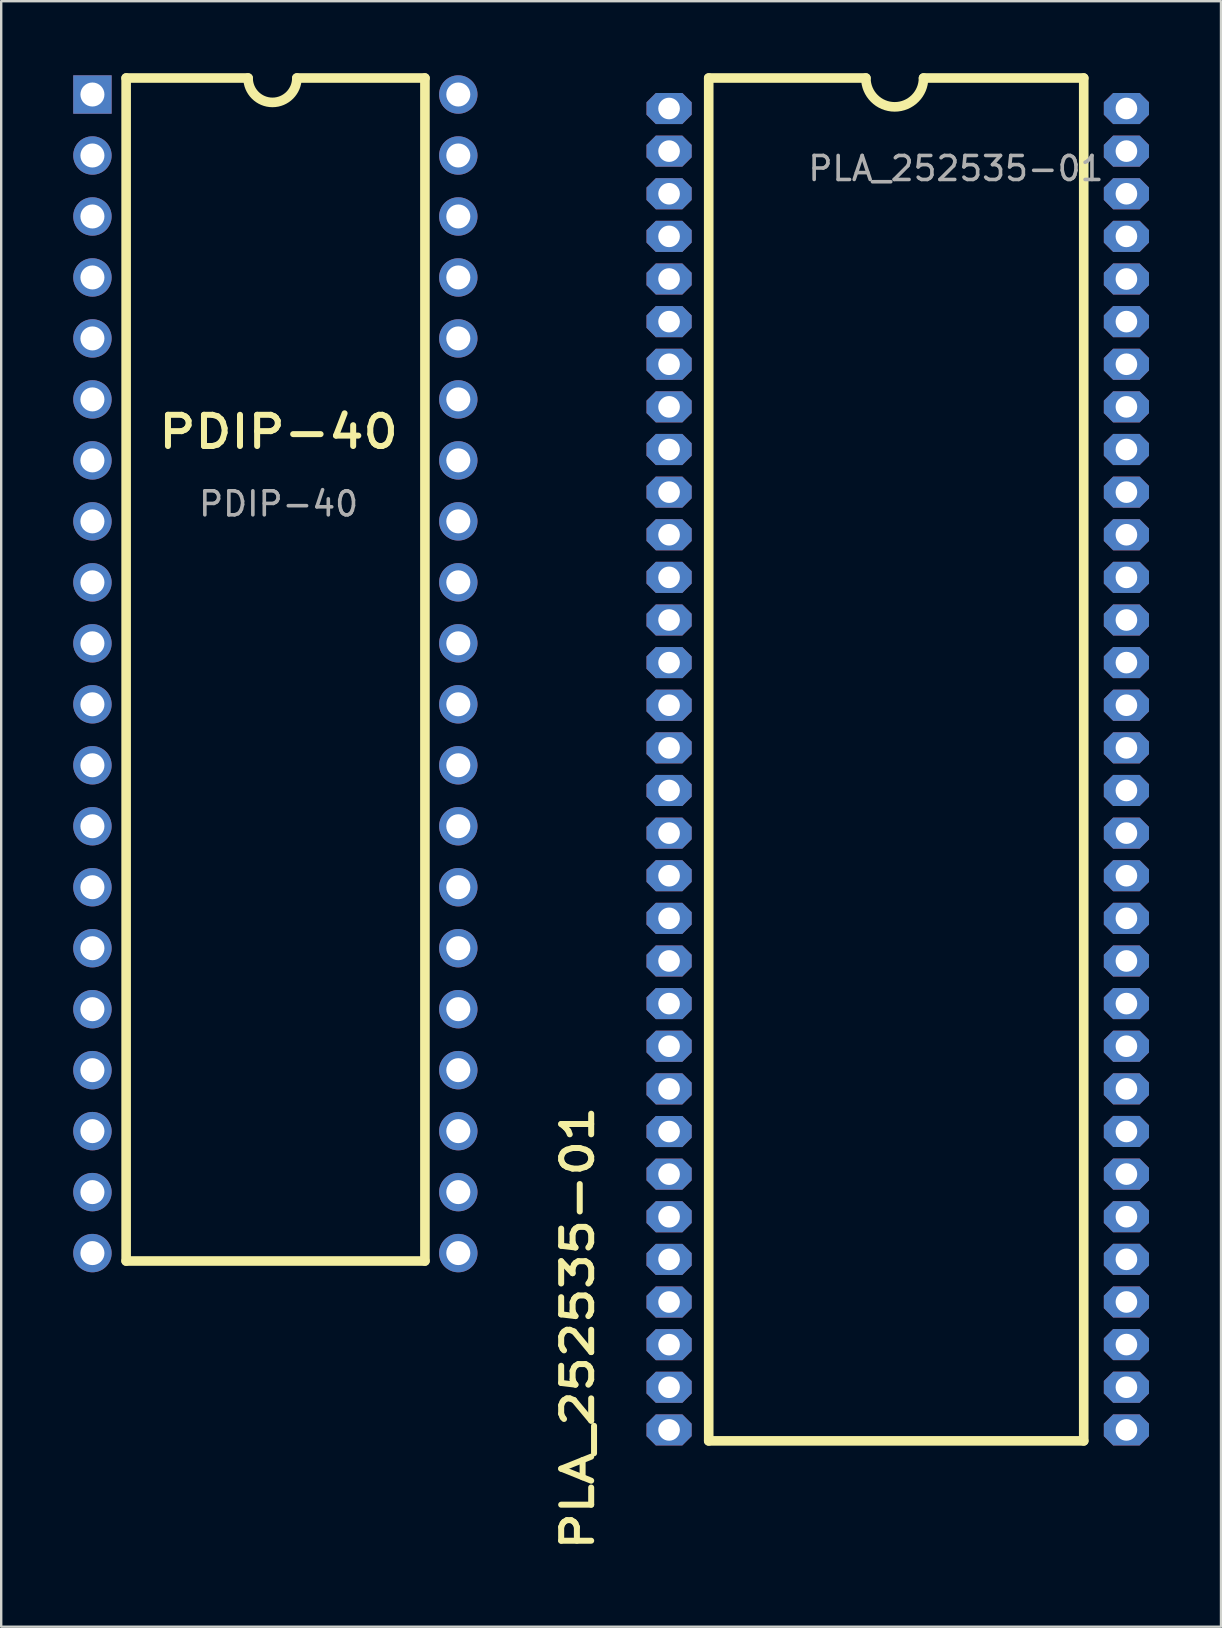
<source format=kicad_pcb>
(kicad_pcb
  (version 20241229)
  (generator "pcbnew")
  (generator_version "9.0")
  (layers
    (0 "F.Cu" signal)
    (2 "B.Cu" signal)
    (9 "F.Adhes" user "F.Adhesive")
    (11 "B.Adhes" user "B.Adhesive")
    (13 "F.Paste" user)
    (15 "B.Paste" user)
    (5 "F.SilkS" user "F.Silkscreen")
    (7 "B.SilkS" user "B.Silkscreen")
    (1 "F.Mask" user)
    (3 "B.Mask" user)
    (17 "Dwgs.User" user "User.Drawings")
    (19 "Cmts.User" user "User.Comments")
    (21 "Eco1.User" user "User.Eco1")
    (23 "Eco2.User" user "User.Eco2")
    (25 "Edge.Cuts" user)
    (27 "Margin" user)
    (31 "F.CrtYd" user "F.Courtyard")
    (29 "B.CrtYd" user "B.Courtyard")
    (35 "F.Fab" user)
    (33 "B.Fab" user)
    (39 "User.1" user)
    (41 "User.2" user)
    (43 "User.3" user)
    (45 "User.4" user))
  (footprint "PLA_252535-01"
    (layer "F.Cu")
    (at 24.82 1.47)
    (property "Reference" "PLA_252535-01" (at -3.81 50.8 90) (unlocked yes) (layer "F.SilkS") (effects (font (size 1.25 1.5) (thickness 0.25) (bold yes))))
    (attr smd)
    (fp_line (start 1.651 -1.27) (end 1.651 55.499) (stroke (width 0.4) (type default)) (layer "F.SilkS"))
    (fp_line (start 1.651 55.499) (end 17.272 55.499) (stroke (width 0.4) (type default)) (layer "F.SilkS"))
    (fp_line (start 8.197 -1.27) (end 1.651 -1.27) (stroke (width 0.4) (type default)) (layer "F.SilkS"))
    (fp_line (start 17.272 -1.27) (end 10.599 -1.27) (stroke (width 0.4) (type default)) (layer "F.SilkS"))
    (fp_line (start 17.272 55.499) (end 17.272 -1.27) (stroke (width 0.4) (type default)) (layer "F.SilkS"))
    (fp_arc (start 10.599064 -1.27) (mid 9.398 -0.068936) (end 8.196936 -1.27) (stroke (width 0.4) (type default)) (layer "F.SilkS"))
    (fp_text user "${REFERENCE}" (at 11.948 2.5 0) (unlocked yes) (layer "F.Fab") (effects (font (size 1 1) (thickness 0.15))))
    (pad "1" thru_hole roundrect (at 0 0) (size 1.88 1.295) (drill 0.9) (layers "*.Cu" "*.Mask") (roundrect_rratio 0) (chamfer_ratio 0.3) (chamfer top_left top_right bottom_left bottom_right))
    (pad "2" thru_hole roundrect (at 0 1.775) (size 1.88 1.295) (drill 0.9) (layers "*.Cu" "*.Mask") (roundrect_rratio 0) (chamfer_ratio 0.3) (chamfer top_left top_right bottom_left bottom_right))
    (pad "3" thru_hole roundrect (at 0 3.551) (size 1.88 1.295) (drill 0.9) (layers "*.Cu" "*.Mask") (roundrect_rratio 0) (chamfer_ratio 0.3) (chamfer top_left top_right bottom_left bottom_right))
    (pad "4" thru_hole roundrect (at 0 5.326) (size 1.88 1.295) (drill 0.9) (layers "*.Cu" "*.Mask") (roundrect_rratio 0) (chamfer_ratio 0.3) (chamfer top_left top_right bottom_left bottom_right))
    (pad "5" thru_hole roundrect (at 0 7.102) (size 1.88 1.295) (drill 0.9) (layers "*.Cu" "*.Mask") (roundrect_rratio 0) (chamfer_ratio 0.3) (chamfer top_left top_right bottom_left bottom_right))
    (pad "6" thru_hole roundrect (at 0 8.877) (size 1.88 1.295) (drill 0.9) (layers "*.Cu" "*.Mask") (roundrect_rratio 0) (chamfer_ratio 0.3) (chamfer top_left top_right bottom_left bottom_right))
    (pad "7" thru_hole roundrect (at 0 10.653) (size 1.88 1.295) (drill 0.9) (layers "*.Cu" "*.Mask") (roundrect_rratio 0) (chamfer_ratio 0.3) (chamfer top_left top_right bottom_left bottom_right))
    (pad "8" thru_hole roundrect (at 0 12.428) (size 1.88 1.295) (drill 0.9) (layers "*.Cu" "*.Mask") (roundrect_rratio 0) (chamfer_ratio 0.3) (chamfer top_left top_right bottom_left bottom_right))
    (pad "9" thru_hole roundrect (at 0 14.204) (size 1.88 1.295) (drill 0.9) (layers "*.Cu" "*.Mask") (roundrect_rratio 0) (chamfer_ratio 0.3) (chamfer top_left top_right bottom_left bottom_right))
    (pad "10" thru_hole roundrect (at 0 15.979) (size 1.88 1.295) (drill 0.9) (layers "*.Cu" "*.Mask") (roundrect_rratio 0) (chamfer_ratio 0.3) (chamfer top_left top_right bottom_left bottom_right))
    (pad "11" thru_hole roundrect (at 0 17.755) (size 1.88 1.295) (drill 0.9) (layers "*.Cu" "*.Mask") (roundrect_rratio 0) (chamfer_ratio 0.3) (chamfer top_left top_right bottom_left bottom_right))
    (pad "12" thru_hole roundrect (at 0 19.53) (size 1.88 1.295) (drill 0.9) (layers "*.Cu" "*.Mask") (roundrect_rratio 0) (chamfer_ratio 0.3) (chamfer top_left top_right bottom_left bottom_right))
    (pad "13" thru_hole roundrect (at 0 21.306) (size 1.88 1.295) (drill 0.9) (layers "*.Cu" "*.Mask") (roundrect_rratio 0) (chamfer_ratio 0.3) (chamfer top_left top_right bottom_left bottom_right))
    (pad "14" thru_hole roundrect (at 0 23.081) (size 1.88 1.295) (drill 0.9) (layers "*.Cu" "*.Mask") (roundrect_rratio 0) (chamfer_ratio 0.3) (chamfer top_left top_right bottom_left bottom_right))
    (pad "15" thru_hole roundrect (at 0 24.856) (size 1.88 1.295) (drill 0.9) (layers "*.Cu" "*.Mask") (roundrect_rratio 0) (chamfer_ratio 0.3) (chamfer top_left top_right bottom_left bottom_right))
    (pad "16" thru_hole roundrect (at 0 26.632) (size 1.88 1.295) (drill 0.9) (layers "*.Cu" "*.Mask") (roundrect_rratio 0) (chamfer_ratio 0.3) (chamfer top_left top_right bottom_left bottom_right))
    (pad "17" thru_hole roundrect (at 0 28.407) (size 1.88 1.295) (drill 0.9) (layers "*.Cu" "*.Mask") (roundrect_rratio 0) (chamfer_ratio 0.3) (chamfer top_left top_right bottom_left bottom_right))
    (pad "18" thru_hole roundrect (at 0 30.183) (size 1.88 1.295) (drill 0.9) (layers "*.Cu" "*.Mask") (roundrect_rratio 0) (chamfer_ratio 0.3) (chamfer top_left top_right bottom_left bottom_right))
    (pad "19" thru_hole roundrect (at 0 31.958) (size 1.88 1.295) (drill 0.9) (layers "*.Cu" "*.Mask") (roundrect_rratio 0) (chamfer_ratio 0.3) (chamfer top_left top_right bottom_left bottom_right))
    (pad "20" thru_hole roundrect (at 0 33.734) (size 1.88 1.295) (drill 0.9) (layers "*.Cu" "*.Mask") (roundrect_rratio 0) (chamfer_ratio 0.3) (chamfer top_left top_right bottom_left bottom_right))
    (pad "21" thru_hole roundrect (at 0 35.509) (size 1.88 1.295) (drill 0.9) (layers "*.Cu" "*.Mask") (roundrect_rratio 0) (chamfer_ratio 0.3) (chamfer top_left top_right bottom_left bottom_right))
    (pad "22" thru_hole roundrect (at 0 37.285) (size 1.88 1.295) (drill 0.9) (layers "*.Cu" "*.Mask") (roundrect_rratio 0) (chamfer_ratio 0.3) (chamfer top_left top_right bottom_left bottom_right))
    (pad "23" thru_hole roundrect (at 0 39.06) (size 1.88 1.295) (drill 0.9) (layers "*.Cu" "*.Mask") (roundrect_rratio 0) (chamfer_ratio 0.3) (chamfer top_left top_right bottom_left bottom_right))
    (pad "24" thru_hole roundrect (at 0 40.837) (size 1.88 1.295) (drill 0.9) (layers "*.Cu" "*.Mask") (roundrect_rratio 0) (chamfer_ratio 0.3) (chamfer top_left top_right bottom_left bottom_right))
    (pad "25" thru_hole roundrect (at 0 42.613) (size 1.88 1.295) (drill 0.9) (layers "*.Cu" "*.Mask") (roundrect_rratio 0) (chamfer_ratio 0.3) (chamfer top_left top_right bottom_left bottom_right))
    (pad "26" thru_hole roundrect (at 0 44.388) (size 1.88 1.295) (drill 0.9) (layers "*.Cu" "*.Mask") (roundrect_rratio 0) (chamfer_ratio 0.3) (chamfer top_left top_right bottom_left bottom_right))
    (pad "27" thru_hole roundrect (at 0 46.164) (size 1.88 1.295) (drill 0.9) (layers "*.Cu" "*.Mask") (roundrect_rratio 0) (chamfer_ratio 0.3) (chamfer top_left top_right bottom_left bottom_right))
    (pad "28" thru_hole roundrect (at 0 47.939) (size 1.88 1.295) (drill 0.9) (layers "*.Cu" "*.Mask") (roundrect_rratio 0) (chamfer_ratio 0.3) (chamfer top_left top_right bottom_left bottom_right))
    (pad "29" thru_hole roundrect (at 0 49.715) (size 1.88 1.295) (drill 0.9) (layers "*.Cu" "*.Mask") (roundrect_rratio 0) (chamfer_ratio 0.3) (chamfer top_left top_right bottom_left bottom_right))
    (pad "30" thru_hole roundrect (at 0 51.491) (size 1.88 1.295) (drill 0.9) (layers "*.Cu" "*.Mask") (roundrect_rratio 0) (chamfer_ratio 0.3) (chamfer top_left top_right bottom_left bottom_right))
    (pad "31" thru_hole roundrect (at 0 53.266) (size 1.88 1.295) (drill 0.9) (layers "*.Cu" "*.Mask") (roundrect_rratio 0) (chamfer_ratio 0.3) (chamfer top_left top_right bottom_left bottom_right))
    (pad "32" thru_hole roundrect (at 0 55.042) (size 1.88 1.295) (drill 0.9) (layers "*.Cu" "*.Mask") (roundrect_rratio 0) (chamfer_ratio 0.3) (chamfer top_left top_right bottom_left bottom_right))
    (pad "33" thru_hole roundrect (at 19.05 55.042) (size 1.88 1.295) (drill 0.9) (layers "*.Cu" "*.Mask") (roundrect_rratio 0) (chamfer_ratio 0.3) (chamfer top_left top_right bottom_left bottom_right))
    (pad "34" thru_hole roundrect (at 19.05 53.264) (size 1.88 1.295) (drill 0.9) (layers "*.Cu" "*.Mask") (roundrect_rratio 0) (chamfer_ratio 0.3) (chamfer top_left top_right bottom_left bottom_right))
    (pad "35" thru_hole roundrect (at 19.05 51.488) (size 1.88 1.295) (drill 0.9) (layers "*.Cu" "*.Mask") (roundrect_rratio 0) (chamfer_ratio 0.3) (chamfer top_left top_right bottom_left bottom_right))
    (pad "36" thru_hole roundrect (at 19.05 49.713) (size 1.88 1.295) (drill 0.9) (layers "*.Cu" "*.Mask") (roundrect_rratio 0) (chamfer_ratio 0.3) (chamfer top_left top_right bottom_left bottom_right))
    (pad "37" thru_hole roundrect (at 19.05 47.937) (size 1.88 1.295) (drill 0.9) (layers "*.Cu" "*.Mask") (roundrect_rratio 0) (chamfer_ratio 0.3) (chamfer top_left top_right bottom_left bottom_right))
    (pad "38" thru_hole roundrect (at 19.05 46.162) (size 1.88 1.295) (drill 0.9) (layers "*.Cu" "*.Mask") (roundrect_rratio 0) (chamfer_ratio 0.3) (chamfer top_left top_right bottom_left bottom_right))
    (pad "39" thru_hole roundrect (at 19.05 44.386) (size 1.88 1.295) (drill 0.9) (layers "*.Cu" "*.Mask") (roundrect_rratio 0) (chamfer_ratio 0.3) (chamfer top_left top_right bottom_left bottom_right))
    (pad "40" thru_hole roundrect (at 19.05 42.611) (size 1.88 1.295) (drill 0.9) (layers "*.Cu" "*.Mask") (roundrect_rratio 0) (chamfer_ratio 0.3) (chamfer top_left top_right bottom_left bottom_right))
    (pad "41" thru_hole roundrect (at 19.05 40.836) (size 1.88 1.295) (drill 0.9) (layers "*.Cu" "*.Mask") (roundrect_rratio 0) (chamfer_ratio 0.3) (chamfer top_left top_right bottom_left bottom_right))
    (pad "42" thru_hole roundrect (at 19.05 39.06) (size 1.88 1.295) (drill 0.9) (layers "*.Cu" "*.Mask") (roundrect_rratio 0) (chamfer_ratio 0.3) (chamfer top_left top_right bottom_left bottom_right))
    (pad "43" thru_hole roundrect (at 19.05 37.285) (size 1.88 1.295) (drill 0.9) (layers "*.Cu" "*.Mask") (roundrect_rratio 0) (chamfer_ratio 0.3) (chamfer top_left top_right bottom_left bottom_right))
    (pad "44" thru_hole roundrect (at 19.05 35.509) (size 1.88 1.295) (drill 0.9) (layers "*.Cu" "*.Mask") (roundrect_rratio 0) (chamfer_ratio 0.3) (chamfer top_left top_right bottom_left bottom_right))
    (pad "45" thru_hole roundrect (at 19.05 33.734) (size 1.88 1.295) (drill 0.9) (layers "*.Cu" "*.Mask") (roundrect_rratio 0) (chamfer_ratio 0.3) (chamfer top_left top_right bottom_left bottom_right))
    (pad "46" thru_hole roundrect (at 19.05 31.958) (size 1.88 1.295) (drill 0.9) (layers "*.Cu" "*.Mask") (roundrect_rratio 0) (chamfer_ratio 0.3) (chamfer top_left top_right bottom_left bottom_right))
    (pad "47" thru_hole roundrect (at 19.05 30.183) (size 1.88 1.295) (drill 0.9) (layers "*.Cu" "*.Mask") (roundrect_rratio 0) (chamfer_ratio 0.3) (chamfer top_left top_right bottom_left bottom_right))
    (pad "48" thru_hole roundrect (at 19.05 28.407) (size 1.88 1.295) (drill 0.9) (layers "*.Cu" "*.Mask") (roundrect_rratio 0) (chamfer_ratio 0.3) (chamfer top_left top_right bottom_left bottom_right))
    (pad "49" thru_hole roundrect (at 19.05 26.632) (size 1.88 1.295) (drill 0.9) (layers "*.Cu" "*.Mask") (roundrect_rratio 0) (chamfer_ratio 0.3) (chamfer top_left top_right bottom_left bottom_right))
    (pad "50" thru_hole roundrect (at 19.05 24.856) (size 1.88 1.295) (drill 0.9) (layers "*.Cu" "*.Mask") (roundrect_rratio 0) (chamfer_ratio 0.3) (chamfer top_left top_right bottom_left bottom_right))
    (pad "51" thru_hole roundrect (at 19.05 23.081) (size 1.88 1.295) (drill 0.9) (layers "*.Cu" "*.Mask") (roundrect_rratio 0) (chamfer_ratio 0.3) (chamfer top_left top_right bottom_left bottom_right))
    (pad "52" thru_hole roundrect (at 19.05 21.306) (size 1.88 1.295) (drill 0.9) (layers "*.Cu" "*.Mask") (roundrect_rratio 0) (chamfer_ratio 0.3) (chamfer top_left top_right bottom_left bottom_right))
    (pad "53" thru_hole roundrect (at 19.05 19.53) (size 1.88 1.295) (drill 0.9) (layers "*.Cu" "*.Mask") (roundrect_rratio 0) (chamfer_ratio 0.3) (chamfer top_left top_right bottom_left bottom_right))
    (pad "54" thru_hole roundrect (at 19.05 17.755) (size 1.88 1.295) (drill 0.9) (layers "*.Cu" "*.Mask") (roundrect_rratio 0) (chamfer_ratio 0.3) (chamfer top_left top_right bottom_left bottom_right))
    (pad "55" thru_hole roundrect (at 19.05 15.979) (size 1.88 1.295) (drill 0.9) (layers "*.Cu" "*.Mask") (roundrect_rratio 0) (chamfer_ratio 0.3) (chamfer top_left top_right bottom_left bottom_right))
    (pad "56" thru_hole roundrect (at 19.05 14.204) (size 1.88 1.295) (drill 0.9) (layers "*.Cu" "*.Mask") (roundrect_rratio 0) (chamfer_ratio 0.3) (chamfer top_left top_right bottom_left bottom_right))
    (pad "57" thru_hole roundrect (at 19.05 12.428) (size 1.88 1.295) (drill 0.9) (layers "*.Cu" "*.Mask") (roundrect_rratio 0) (chamfer_ratio 0.3) (chamfer top_left top_right bottom_left bottom_right))
    (pad "58" thru_hole roundrect (at 19.05 10.653) (size 1.88 1.295) (drill 0.9) (layers "*.Cu" "*.Mask") (roundrect_rratio 0) (chamfer_ratio 0.3) (chamfer top_left top_right bottom_left bottom_right))
    (pad "59" thru_hole roundrect (at 19.05 8.877) (size 1.88 1.295) (drill 0.9) (layers "*.Cu" "*.Mask") (roundrect_rratio 0) (chamfer_ratio 0.3) (chamfer top_left top_right bottom_left bottom_right))
    (pad "60" thru_hole roundrect (at 19.05 7.102) (size 1.88 1.295) (drill 0.9) (layers "*.Cu" "*.Mask") (roundrect_rratio 0) (chamfer_ratio 0.3) (chamfer top_left top_right bottom_left bottom_right))
    (pad "61" thru_hole roundrect (at 19.05 5.326) (size 1.88 1.295) (drill 0.9) (layers "*.Cu" "*.Mask") (roundrect_rratio 0) (chamfer_ratio 0.3) (chamfer top_left top_right bottom_left bottom_right))
    (pad "62" thru_hole roundrect (at 19.05 3.551) (size 1.88 1.295) (drill 0.9) (layers "*.Cu" "*.Mask") (roundrect_rratio 0) (chamfer_ratio 0.3) (chamfer top_left top_right bottom_left bottom_right))
    (pad "63" thru_hole roundrect (at 19.05 1.775) (size 1.88 1.295) (drill 0.9) (layers "*.Cu" "*.Mask") (roundrect_rratio 0) (chamfer_ratio 0.3) (chamfer top_left top_right bottom_left bottom_right))
    (pad "64" thru_hole roundrect (at 19.05 0) (size 1.88 1.295) (drill 0.9) (layers "*.Cu" "*.Mask") (roundrect_rratio 0) (chamfer_ratio 0.3) (chamfer top_left top_right bottom_left bottom_right)))
  (footprint "PDIP-40"
    (layer "F.Cu")
    (at 8.42 16.127)
    (property "Reference" "PDIP-40" (at 0.134 -1.187 0) (unlocked yes) (layer "F.SilkS") (effects (font (size 1.3 1.5) (thickness 0.25) (bold yes))))
    (attr through_hole)
    (fp_line (start -6.216 -15.927) (end -6.216 33.349) (stroke (width 0.4) (type default)) (layer "F.SilkS"))
    (fp_line (start -6.216 33.349) (end 6.23 33.349) (stroke (width 0.4) (type default)) (layer "F.SilkS"))
    (fp_line (start -1.136 -15.927) (end -6.216 -15.927) (stroke (width 0.4) (type default)) (layer "F.SilkS"))
    (fp_line (start 6.23 -15.927) (end 0.896 -15.927) (stroke (width 0.4) (type default)) (layer "F.SilkS"))
    (fp_line (start 6.23 33.349) (end 6.23 -15.927) (stroke (width 0.4) (type default)) (layer "F.SilkS"))
    (fp_arc (start 0.895878 -15.927297) (mid -0.120122 -14.911297) (end -1.136122 -15.927297) (stroke (width 0.4) (type default)) (layer "F.SilkS"))
    (fp_text user "${REFERENCE}" (at 0.134 1.813 0) (unlocked yes) (layer "F.Fab") (effects (font (size 1 1) (thickness 0.15))))
    (pad "1" thru_hole rect (at -7.62 -15.24) (size 1.6 1.6) (drill 1) (layers "*.Cu" "*.Mask"))
    (pad "2" thru_hole circle (at -7.62 -12.7) (size 1.6 1.6) (drill 1) (layers "*.Cu" "*.Mask"))
    (pad "3" thru_hole circle (at -7.62 -10.16) (size 1.6 1.6) (drill 1) (layers "*.Cu" "*.Mask"))
    (pad "4" thru_hole circle (at -7.62 -7.62) (size 1.6 1.6) (drill 1) (layers "*.Cu" "*.Mask"))
    (pad "5" thru_hole circle (at -7.62 -5.08) (size 1.6 1.6) (drill 1) (layers "*.Cu" "*.Mask"))
    (pad "6" thru_hole circle (at -7.62 -2.54) (size 1.6 1.6) (drill 1) (layers "*.Cu" "*.Mask"))
    (pad "7" thru_hole circle (at -7.62 0) (size 1.6 1.6) (drill 1) (layers "*.Cu" "*.Mask"))
    (pad "8" thru_hole circle (at -7.62 2.54) (size 1.6 1.6) (drill 1) (layers "*.Cu" "*.Mask"))
    (pad "9" thru_hole circle (at -7.62 5.08) (size 1.6 1.6) (drill 1) (layers "*.Cu" "*.Mask"))
    (pad "10" thru_hole circle (at -7.62 7.62) (size 1.6 1.6) (drill 1) (layers "*.Cu" "*.Mask"))
    (pad "11" thru_hole circle (at -7.62 10.16) (size 1.6 1.6) (drill 1) (layers "*.Cu" "*.Mask"))
    (pad "12" thru_hole circle (at -7.62 12.7) (size 1.6 1.6) (drill 1) (layers "*.Cu" "*.Mask"))
    (pad "13" thru_hole circle (at -7.62 15.24) (size 1.6 1.6) (drill 1) (layers "*.Cu" "*.Mask"))
    (pad "14" thru_hole circle (at -7.62 17.78) (size 1.6 1.6) (drill 1) (layers "*.Cu" "*.Mask"))
    (pad "15" thru_hole circle (at -7.62 20.32) (size 1.6 1.6) (drill 1) (layers "*.Cu" "*.Mask"))
    (pad "16" thru_hole circle (at -7.62 22.86) (size 1.6 1.6) (drill 1) (layers "*.Cu" "*.Mask"))
    (pad "17" thru_hole circle (at -7.62 25.4) (size 1.6 1.6) (drill 1) (layers "*.Cu" "*.Mask"))
    (pad "18" thru_hole circle (at -7.62 27.94) (size 1.6 1.6) (drill 1) (layers "*.Cu" "*.Mask"))
    (pad "19" thru_hole circle (at -7.62 30.48) (size 1.6 1.6) (drill 1) (layers "*.Cu" "*.Mask"))
    (pad "20" thru_hole circle (at -7.62 33.02) (size 1.6 1.6) (drill 1) (layers "*.Cu" "*.Mask"))
    (pad "21" thru_hole circle (at 7.62 33.02) (size 1.6 1.6) (drill 1) (layers "*.Cu" "*.Mask"))
    (pad "22" thru_hole circle (at 7.62 30.48) (size 1.6 1.6) (drill 1) (layers "*.Cu" "*.Mask"))
    (pad "23" thru_hole circle (at 7.62 27.94) (size 1.6 1.6) (drill 1) (layers "*.Cu" "*.Mask"))
    (pad "24" thru_hole circle (at 7.62 25.4) (size 1.6 1.6) (drill 1) (layers "*.Cu" "*.Mask"))
    (pad "25" thru_hole circle (at 7.62 22.86) (size 1.6 1.6) (drill 1) (layers "*.Cu" "*.Mask"))
    (pad "26" thru_hole circle (at 7.62 20.32) (size 1.6 1.6) (drill 1) (layers "*.Cu" "*.Mask"))
    (pad "27" thru_hole circle (at 7.62 17.78) (size 1.6 1.6) (drill 1) (layers "*.Cu" "*.Mask"))
    (pad "28" thru_hole circle (at 7.62 15.24) (size 1.6 1.6) (drill 1) (layers "*.Cu" "*.Mask"))
    (pad "29" thru_hole circle (at 7.62 12.7) (size 1.6 1.6) (drill 1) (layers "*.Cu" "*.Mask"))
    (pad "30" thru_hole circle (at 7.62 10.16) (size 1.6 1.6) (drill 1) (layers "*.Cu" "*.Mask"))
    (pad "31" thru_hole circle (at 7.62 7.62) (size 1.6 1.6) (drill 1) (layers "*.Cu" "*.Mask"))
    (pad "32" thru_hole circle (at 7.62 5.08) (size 1.6 1.6) (drill 1) (layers "*.Cu" "*.Mask"))
    (pad "33" thru_hole circle (at 7.62 2.54) (size 1.6 1.6) (drill 1) (layers "*.Cu" "*.Mask"))
    (pad "34" thru_hole circle (at 7.62 0) (size 1.6 1.6) (drill 1) (layers "*.Cu" "*.Mask"))
    (pad "35" thru_hole circle (at 7.62 -2.54) (size 1.6 1.6) (drill 1) (layers "*.Cu" "*.Mask"))
    (pad "36" thru_hole circle (at 7.62 -5.08) (size 1.6 1.6) (drill 1) (layers "*.Cu" "*.Mask"))
    (pad "37" thru_hole circle (at 7.62 -7.62) (size 1.6 1.6) (drill 1) (layers "*.Cu" "*.Mask"))
    (pad "38" thru_hole circle (at 7.62 -10.16) (size 1.6 1.6) (drill 1) (layers "*.Cu" "*.Mask"))
    (pad "39" thru_hole circle (at 7.62 -12.7) (size 1.6 1.6) (drill 1) (layers "*.Cu" "*.Mask"))
    (pad "40" thru_hole circle (at 7.62 -15.24) (size 1.6 1.6) (drill 1) (layers "*.Cu" "*.Mask")))
  (gr_rect
    (start -3 -3)
    (end 47.81 64.709)
    (stroke (width 0.1) (type default))
    (fill no)
    (layer "Edge.Cuts")))
</source>
